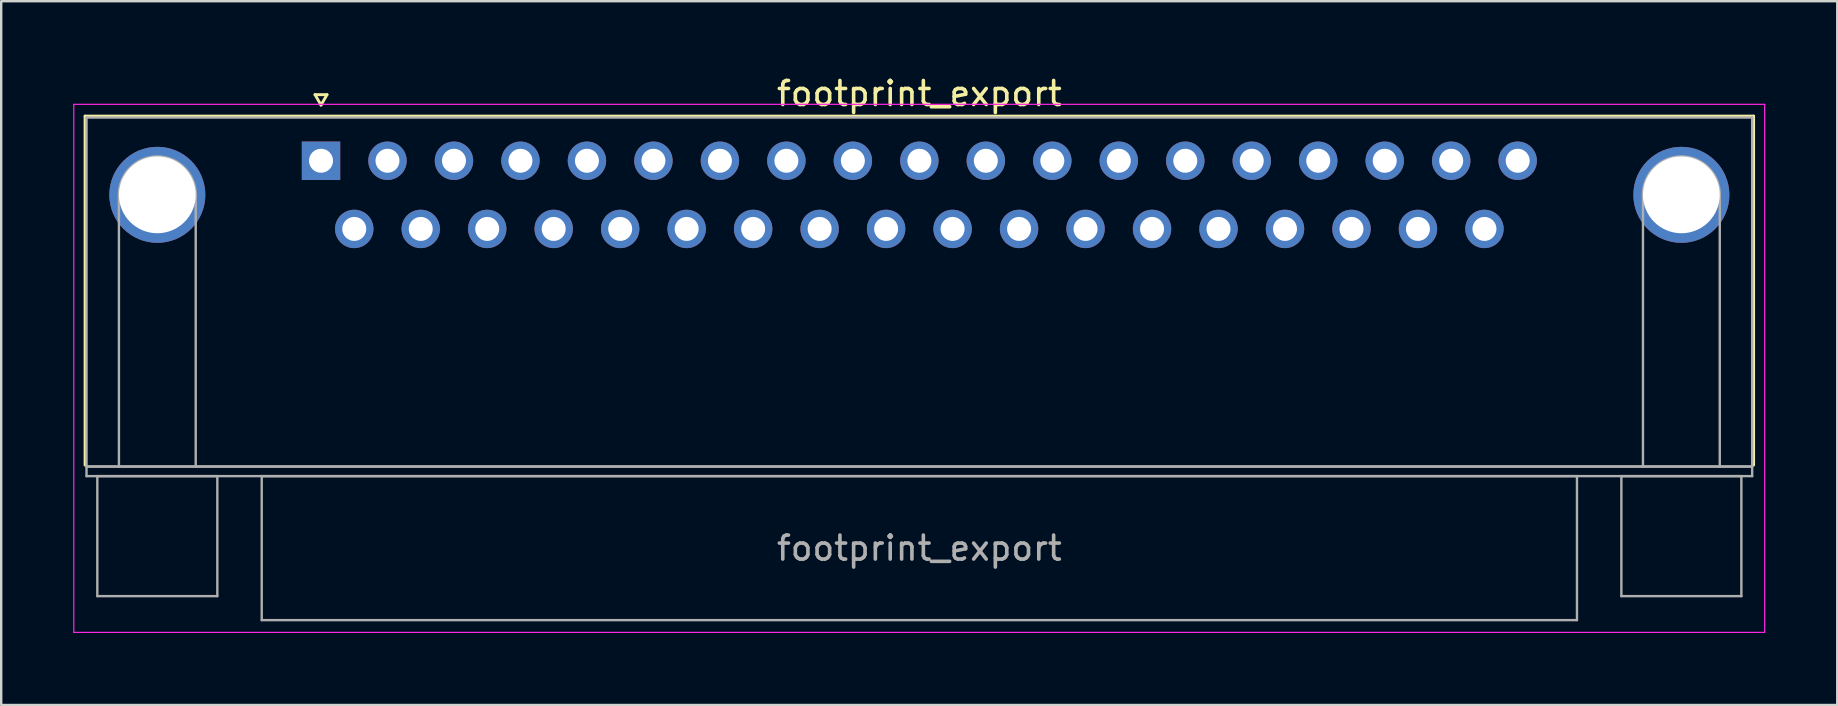
<source format=kicad_pcb>
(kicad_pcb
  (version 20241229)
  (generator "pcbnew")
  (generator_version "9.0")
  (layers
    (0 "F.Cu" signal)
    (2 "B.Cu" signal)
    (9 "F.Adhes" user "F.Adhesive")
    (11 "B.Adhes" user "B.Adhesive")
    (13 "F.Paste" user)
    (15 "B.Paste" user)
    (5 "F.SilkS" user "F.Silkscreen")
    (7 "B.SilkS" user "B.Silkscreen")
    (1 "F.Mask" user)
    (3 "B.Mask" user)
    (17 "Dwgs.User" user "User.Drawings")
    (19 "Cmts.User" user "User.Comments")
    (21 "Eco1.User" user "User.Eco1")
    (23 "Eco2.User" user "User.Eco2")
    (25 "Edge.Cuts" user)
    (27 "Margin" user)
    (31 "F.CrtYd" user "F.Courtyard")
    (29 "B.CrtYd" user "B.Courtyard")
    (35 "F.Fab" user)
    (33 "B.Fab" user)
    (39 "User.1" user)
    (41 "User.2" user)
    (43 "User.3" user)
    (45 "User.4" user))
  (footprint "footprint_export"
    (layer "F.Cu")
    (at 10.325 3.648)
    (property "Reference" "footprint_export" (at 24.93 -2.8 0) (layer "F.SilkS") (effects (font (size 1 1) (thickness 0.15))))
    (attr through_hole)
    (fp_line (start -9.83 -1.86) (end 59.69 -1.86) (stroke (width 0.12) (type solid)) (layer "F.SilkS"))
    (fp_line (start -9.83 12.68) (end -9.83 -1.86) (stroke (width 0.12) (type solid)) (layer "F.SilkS"))
    (fp_line (start -0.25 -2.754) (end 0.25 -2.754) (stroke (width 0.12) (type solid)) (layer "F.SilkS"))
    (fp_line (start 0 -2.321) (end -0.25 -2.754) (stroke (width 0.12) (type solid)) (layer "F.SilkS"))
    (fp_line (start 0.25 -2.754) (end 0 -2.321) (stroke (width 0.12) (type solid)) (layer "F.SilkS"))
    (fp_line (start 59.69 -1.86) (end 59.69 12.68) (stroke (width 0.12) (type solid)) (layer "F.SilkS"))
    (fp_line (start -10.3 -2.35) (end -10.3 19.65) (stroke (width 0.05) (type solid)) (layer "F.CrtYd"))
    (fp_line (start -10.3 19.65) (end 60.15 19.65) (stroke (width 0.05) (type solid)) (layer "F.CrtYd"))
    (fp_line (start 60.15 -2.35) (end -10.3 -2.35) (stroke (width 0.05) (type solid)) (layer "F.CrtYd"))
    (fp_line (start 60.15 19.65) (end 60.15 -2.35) (stroke (width 0.05) (type solid)) (layer "F.CrtYd"))
    (fp_line (start -9.77 -1.8) (end -9.77 12.74) (stroke (width 0.1) (type solid)) (layer "F.Fab"))
    (fp_line (start -9.77 12.74) (end -9.77 13.14) (stroke (width 0.1) (type solid)) (layer "F.Fab"))
    (fp_line (start -9.77 12.74) (end 59.63 12.74) (stroke (width 0.1) (type solid)) (layer "F.Fab"))
    (fp_line (start -9.77 13.14) (end 59.63 13.14) (stroke (width 0.1) (type solid)) (layer "F.Fab"))
    (fp_line (start -9.32 13.14) (end -9.32 18.14) (stroke (width 0.1) (type solid)) (layer "F.Fab"))
    (fp_line (start -9.32 18.14) (end -4.32 18.14) (stroke (width 0.1) (type solid)) (layer "F.Fab"))
    (fp_line (start -8.42 12.74) (end -8.42 1.42) (stroke (width 0.1) (type solid)) (layer "F.Fab"))
    (fp_line (start -5.22 12.74) (end -5.22 1.42) (stroke (width 0.1) (type solid)) (layer "F.Fab"))
    (fp_line (start -4.32 13.14) (end -9.32 13.14) (stroke (width 0.1) (type solid)) (layer "F.Fab"))
    (fp_line (start -4.32 18.14) (end -4.32 13.14) (stroke (width 0.1) (type solid)) (layer "F.Fab"))
    (fp_line (start -2.47 13.14) (end -2.47 19.14) (stroke (width 0.1) (type solid)) (layer "F.Fab"))
    (fp_line (start -2.47 19.14) (end 52.33 19.14) (stroke (width 0.1) (type solid)) (layer "F.Fab"))
    (fp_line (start 52.33 13.14) (end -2.47 13.14) (stroke (width 0.1) (type solid)) (layer "F.Fab"))
    (fp_line (start 52.33 19.14) (end 52.33 13.14) (stroke (width 0.1) (type solid)) (layer "F.Fab"))
    (fp_line (start 54.18 13.14) (end 54.18 18.14) (stroke (width 0.1) (type solid)) (layer "F.Fab"))
    (fp_line (start 54.18 18.14) (end 59.18 18.14) (stroke (width 0.1) (type solid)) (layer "F.Fab"))
    (fp_line (start 55.08 12.74) (end 55.08 1.42) (stroke (width 0.1) (type solid)) (layer "F.Fab"))
    (fp_line (start 58.28 12.74) (end 58.28 1.42) (stroke (width 0.1) (type solid)) (layer "F.Fab"))
    (fp_line (start 59.18 13.14) (end 54.18 13.14) (stroke (width 0.1) (type solid)) (layer "F.Fab"))
    (fp_line (start 59.18 18.14) (end 59.18 13.14) (stroke (width 0.1) (type solid)) (layer "F.Fab"))
    (fp_line (start 59.63 -1.8) (end -9.77 -1.8) (stroke (width 0.1) (type solid)) (layer "F.Fab"))
    (fp_line (start 59.63 12.74) (end -9.77 12.74) (stroke (width 0.1) (type solid)) (layer "F.Fab"))
    (fp_line (start 59.63 12.74) (end 59.63 -1.8) (stroke (width 0.1) (type solid)) (layer "F.Fab"))
    (fp_line (start 59.63 13.14) (end 59.63 12.74) (stroke (width 0.1) (type solid)) (layer "F.Fab"))
    (fp_arc (start -8.42 1.42) (mid -6.82 -0.18) (end -5.22 1.42) (stroke (width 0.1) (type solid)) (layer "F.Fab"))
    (fp_arc (start 55.08 1.42) (mid 56.68 -0.18) (end 58.28 1.42) (stroke (width 0.1) (type solid)) (layer "F.Fab"))
    (fp_text user "${REFERENCE}" (at 24.93 16.14 0) (layer "F.Fab") (effects (font (size 1 1) (thickness 0.15))))
    (pad "0" thru_hole circle (at -6.82 1.42) (size 4 4) (drill 3.2) (layers "*.Cu" "*.Mask"))
    (pad "0" thru_hole circle (at 56.68 1.42) (size 4 4) (drill 3.2) (layers "*.Cu" "*.Mask"))
    (pad "1" thru_hole rect (at 0 0) (size 1.6 1.6) (drill 1) (layers "*.Cu" "*.Mask"))
    (pad "2" thru_hole circle (at 2.77 0) (size 1.6 1.6) (drill 1) (layers "*.Cu" "*.Mask"))
    (pad "3" thru_hole circle (at 5.54 0) (size 1.6 1.6) (drill 1) (layers "*.Cu" "*.Mask"))
    (pad "4" thru_hole circle (at 8.31 0) (size 1.6 1.6) (drill 1) (layers "*.Cu" "*.Mask"))
    (pad "5" thru_hole circle (at 11.08 0) (size 1.6 1.6) (drill 1) (layers "*.Cu" "*.Mask"))
    (pad "6" thru_hole circle (at 13.85 0) (size 1.6 1.6) (drill 1) (layers "*.Cu" "*.Mask"))
    (pad "7" thru_hole circle (at 16.62 0) (size 1.6 1.6) (drill 1) (layers "*.Cu" "*.Mask"))
    (pad "8" thru_hole circle (at 19.39 0) (size 1.6 1.6) (drill 1) (layers "*.Cu" "*.Mask"))
    (pad "9" thru_hole circle (at 22.16 0) (size 1.6 1.6) (drill 1) (layers "*.Cu" "*.Mask"))
    (pad "10" thru_hole circle (at 24.93 0) (size 1.6 1.6) (drill 1) (layers "*.Cu" "*.Mask"))
    (pad "11" thru_hole circle (at 27.7 0) (size 1.6 1.6) (drill 1) (layers "*.Cu" "*.Mask"))
    (pad "12" thru_hole circle (at 30.47 0) (size 1.6 1.6) (drill 1) (layers "*.Cu" "*.Mask"))
    (pad "13" thru_hole circle (at 33.24 0) (size 1.6 1.6) (drill 1) (layers "*.Cu" "*.Mask"))
    (pad "14" thru_hole circle (at 36.01 0) (size 1.6 1.6) (drill 1) (layers "*.Cu" "*.Mask"))
    (pad "15" thru_hole circle (at 38.78 0) (size 1.6 1.6) (drill 1) (layers "*.Cu" "*.Mask"))
    (pad "16" thru_hole circle (at 41.55 0) (size 1.6 1.6) (drill 1) (layers "*.Cu" "*.Mask"))
    (pad "17" thru_hole circle (at 44.32 0) (size 1.6 1.6) (drill 1) (layers "*.Cu" "*.Mask"))
    (pad "18" thru_hole circle (at 47.09 0) (size 1.6 1.6) (drill 1) (layers "*.Cu" "*.Mask"))
    (pad "19" thru_hole circle (at 49.86 0) (size 1.6 1.6) (drill 1) (layers "*.Cu" "*.Mask"))
    (pad "20" thru_hole circle (at 1.385 2.84) (size 1.6 1.6) (drill 1) (layers "*.Cu" "*.Mask"))
    (pad "21" thru_hole circle (at 4.155 2.84) (size 1.6 1.6) (drill 1) (layers "*.Cu" "*.Mask"))
    (pad "22" thru_hole circle (at 6.925 2.84) (size 1.6 1.6) (drill 1) (layers "*.Cu" "*.Mask"))
    (pad "23" thru_hole circle (at 9.695 2.84) (size 1.6 1.6) (drill 1) (layers "*.Cu" "*.Mask"))
    (pad "24" thru_hole circle (at 12.465 2.84) (size 1.6 1.6) (drill 1) (layers "*.Cu" "*.Mask"))
    (pad "25" thru_hole circle (at 15.235 2.84) (size 1.6 1.6) (drill 1) (layers "*.Cu" "*.Mask"))
    (pad "26" thru_hole circle (at 18.005 2.84) (size 1.6 1.6) (drill 1) (layers "*.Cu" "*.Mask"))
    (pad "27" thru_hole circle (at 20.775 2.84) (size 1.6 1.6) (drill 1) (layers "*.Cu" "*.Mask"))
    (pad "28" thru_hole circle (at 23.545 2.84) (size 1.6 1.6) (drill 1) (layers "*.Cu" "*.Mask"))
    (pad "29" thru_hole circle (at 26.315 2.84) (size 1.6 1.6) (drill 1) (layers "*.Cu" "*.Mask"))
    (pad "30" thru_hole circle (at 29.085 2.84) (size 1.6 1.6) (drill 1) (layers "*.Cu" "*.Mask"))
    (pad "31" thru_hole circle (at 31.855 2.84) (size 1.6 1.6) (drill 1) (layers "*.Cu" "*.Mask"))
    (pad "32" thru_hole circle (at 34.625 2.84) (size 1.6 1.6) (drill 1) (layers "*.Cu" "*.Mask"))
    (pad "33" thru_hole circle (at 37.395 2.84) (size 1.6 1.6) (drill 1) (layers "*.Cu" "*.Mask"))
    (pad "34" thru_hole circle (at 40.165 2.84) (size 1.6 1.6) (drill 1) (layers "*.Cu" "*.Mask"))
    (pad "35" thru_hole circle (at 42.935 2.84) (size 1.6 1.6) (drill 1) (layers "*.Cu" "*.Mask"))
    (pad "36" thru_hole circle (at 45.705 2.84) (size 1.6 1.6) (drill 1) (layers "*.Cu" "*.Mask"))
    (pad "37" thru_hole circle (at 48.475 2.84) (size 1.6 1.6) (drill 1) (layers "*.Cu" "*.Mask")))
  (gr_rect
    (start -3 -3)
    (end 73.5 26.323)
    (stroke (width 0.1) (type default))
    (fill no)
    (layer "Edge.Cuts")))
</source>
